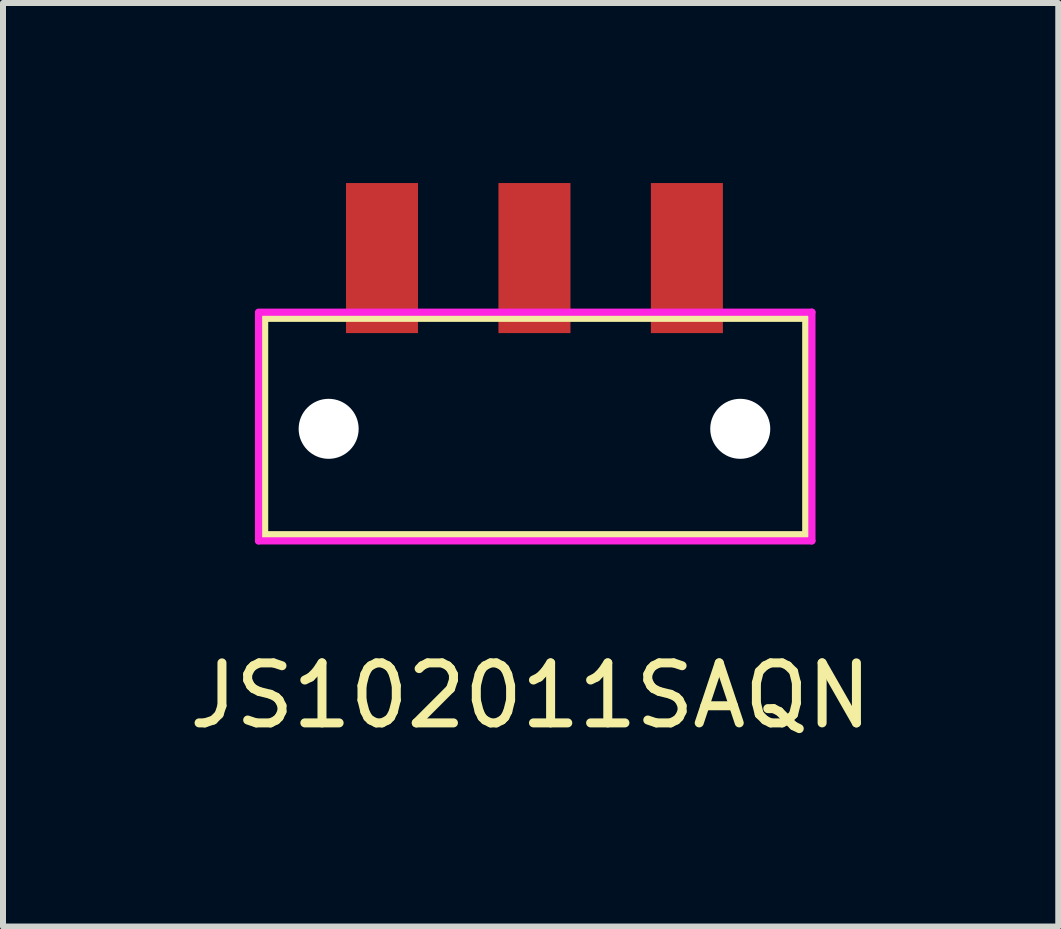
<source format=kicad_pcb>
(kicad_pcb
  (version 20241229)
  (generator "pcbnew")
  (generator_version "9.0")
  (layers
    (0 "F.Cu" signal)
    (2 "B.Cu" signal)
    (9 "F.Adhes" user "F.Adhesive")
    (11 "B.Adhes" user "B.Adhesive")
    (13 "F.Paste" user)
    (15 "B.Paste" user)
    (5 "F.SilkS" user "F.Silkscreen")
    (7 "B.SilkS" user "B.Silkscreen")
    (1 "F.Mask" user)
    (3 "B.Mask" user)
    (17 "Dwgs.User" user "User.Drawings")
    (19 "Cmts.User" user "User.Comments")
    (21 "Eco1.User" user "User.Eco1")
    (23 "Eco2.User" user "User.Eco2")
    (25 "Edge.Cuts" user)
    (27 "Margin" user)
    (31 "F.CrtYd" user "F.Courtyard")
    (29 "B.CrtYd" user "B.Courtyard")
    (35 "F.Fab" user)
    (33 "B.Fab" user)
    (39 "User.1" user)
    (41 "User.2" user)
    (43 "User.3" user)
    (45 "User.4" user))
  (footprint "JS102011SAQN"
    (layer "F.Cu")
    (at 5.855 2.571)
    (property "Reference" "JS102011SAQN" (at -0.064 5.969 0) (layer "F.SilkS") (effects (font (size 1 1) (thickness 0.15))))
    (attr through_hole)
    (fp_line (start -4.496 -0.318) (end 4.521 -0.318) (stroke (width 0.12) (type solid)) (layer "F.SilkS"))
    (fp_line (start -4.496 3.289) (end -4.496 -0.318) (stroke (width 0.12) (type solid)) (layer "F.SilkS"))
    (fp_line (start 4.521 -0.318) (end 4.521 3.289) (stroke (width 0.12) (type solid)) (layer "F.SilkS"))
    (fp_line (start 4.521 3.289) (end -4.496 3.289) (stroke (width 0.12) (type solid)) (layer "F.SilkS"))
    (fp_line (start -4.597 -0.394) (end -4.597 3.391) (stroke (width 0.12) (type solid)) (layer "F.CrtYd"))
    (fp_line (start -4.597 3.391) (end 4.623 3.391) (stroke (width 0.12) (type solid)) (layer "F.CrtYd"))
    (fp_line (start 4.623 -0.419) (end -4.597 -0.419) (stroke (width 0.12) (type solid)) (layer "F.CrtYd"))
    (fp_line (start 4.623 3.391) (end 4.623 -0.419) (stroke (width 0.12) (type solid)) (layer "F.CrtYd"))
    (pad "" np_thru_hole circle (at -3.429 1.524) (size 1 1) (drill 1) (layers "*.Cu" "*.Mask"))
    (pad "" np_thru_hole circle (at 3.429 1.524) (size 1 1) (drill 1) (layers "*.Cu" "*.Mask"))
    (pad "1" smd rect (at -2.54 -1.321) (size 1.2 2.5) (layers "F.Cu" "F.Mask" "F.Paste"))
    (pad "2" smd rect (at 0 -1.321) (size 1.2 2.5) (layers "F.Cu" "F.Mask" "F.Paste"))
    (pad "3" smd rect (at 2.54 -1.321) (size 1.2 2.5) (layers "F.Cu" "F.Mask" "F.Paste")))
  (gr_rect
    (start -3 -3)
    (end 14.583 12.388)
    (stroke (width 0.1) (type default))
    (fill no)
    (layer "Edge.Cuts")))
</source>
